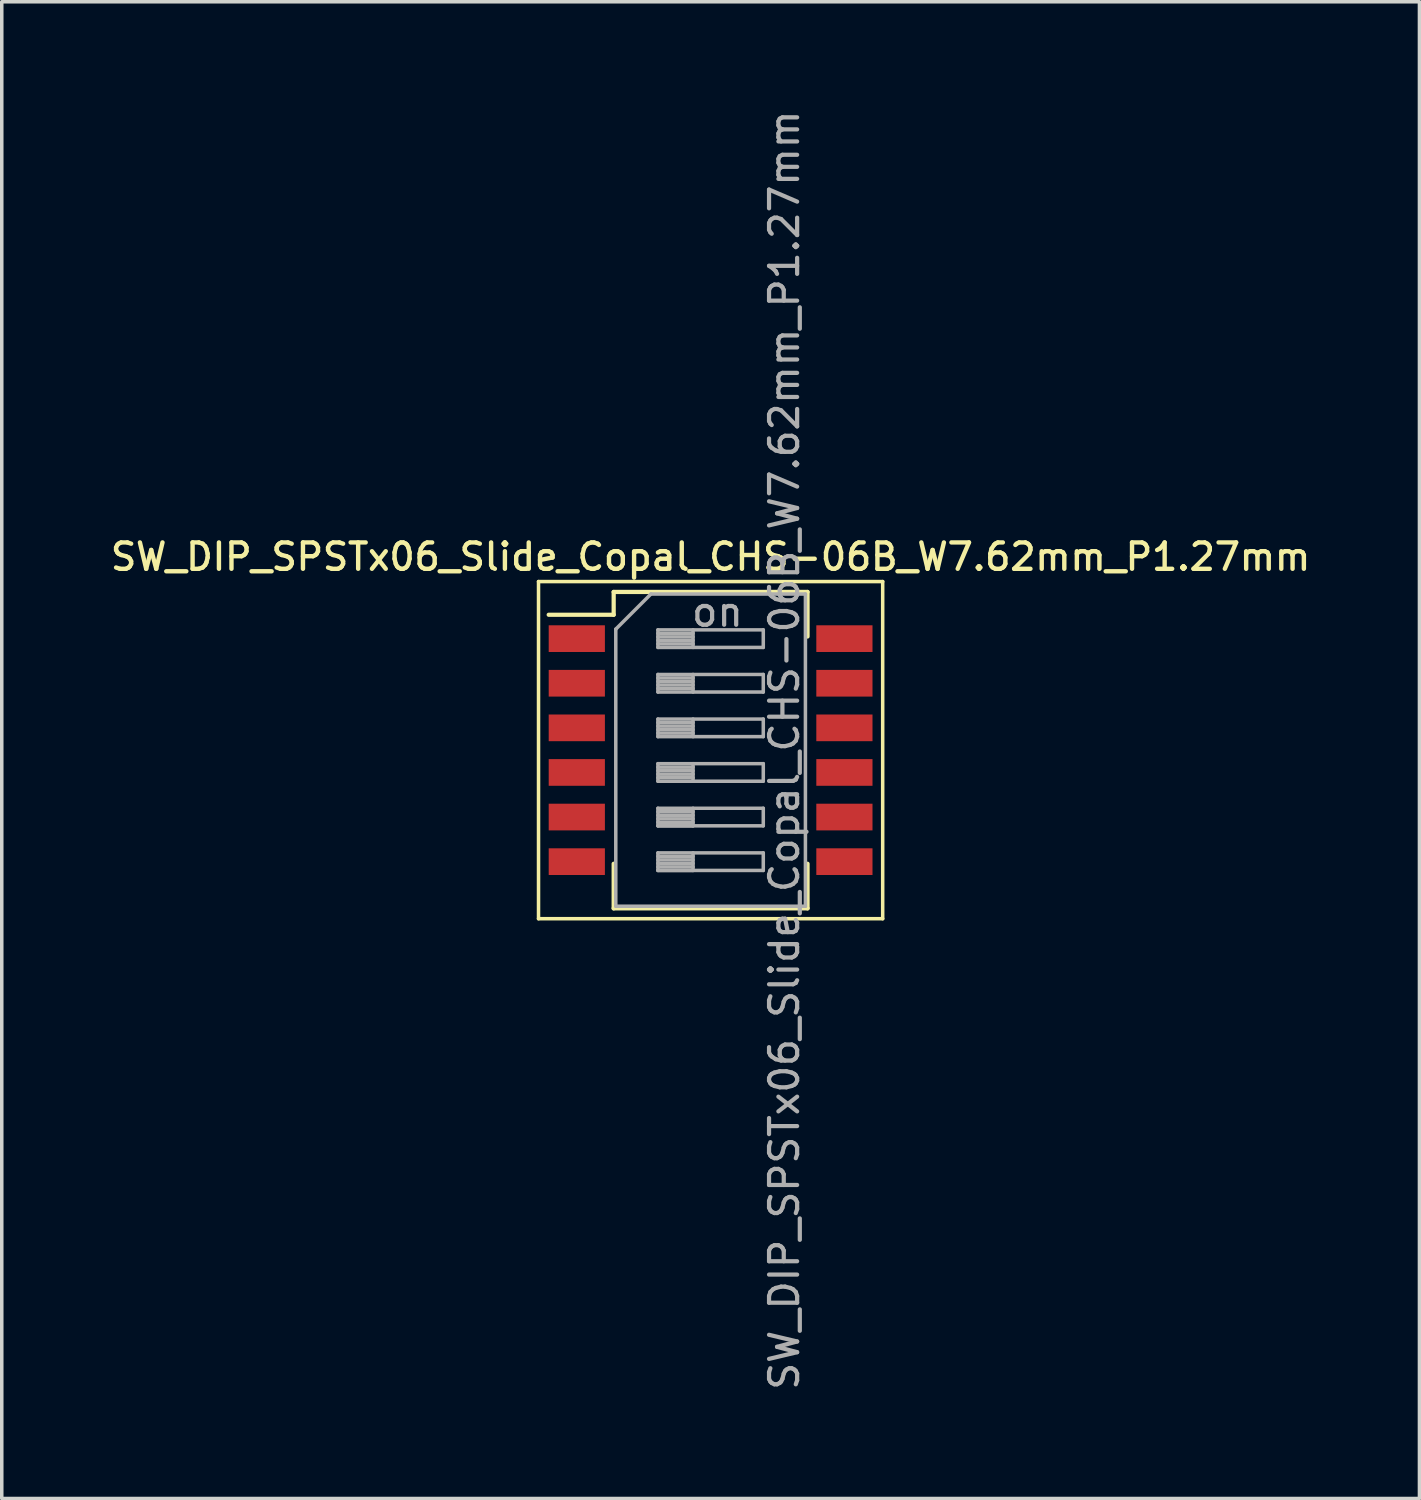
<source format=kicad_pcb>
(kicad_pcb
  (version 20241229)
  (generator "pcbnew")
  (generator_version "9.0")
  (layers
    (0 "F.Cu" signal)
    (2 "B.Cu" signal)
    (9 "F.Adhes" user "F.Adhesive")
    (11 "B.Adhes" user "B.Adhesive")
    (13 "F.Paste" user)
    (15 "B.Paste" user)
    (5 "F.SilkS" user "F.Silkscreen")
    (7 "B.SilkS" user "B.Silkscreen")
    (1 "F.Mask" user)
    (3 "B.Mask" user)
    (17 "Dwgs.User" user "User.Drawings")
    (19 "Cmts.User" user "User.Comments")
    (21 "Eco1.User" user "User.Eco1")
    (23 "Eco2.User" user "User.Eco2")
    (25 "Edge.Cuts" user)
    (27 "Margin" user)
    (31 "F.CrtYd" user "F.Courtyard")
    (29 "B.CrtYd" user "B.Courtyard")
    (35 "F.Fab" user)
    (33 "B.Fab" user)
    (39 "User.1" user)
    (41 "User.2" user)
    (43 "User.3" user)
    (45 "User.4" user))
  (footprint "SW_DIP_SPSTx06_Slide_Copal_CHS-06B_W7.62mm_P1.27mm"
    (layer "F.Cu")
    (at 17.184 18.31)
    (property "Reference" "SW_DIP_SPSTx06_Slide_Copal_CHS-06B_W7.62mm_P1.27mm" (at 0 -5.505 0) (layer "F.SilkS") (effects (font (size 0.75 0.75) (thickness 0.125))))
    (attr smd)
    (fp_line (start -4.9 -4.8) (end -4.9 4.8) (stroke (width 0.1) (type solid)) (layer "F.SilkS"))
    (fp_line (start -4.9 4.8) (end 4.9 4.8) (stroke (width 0.1) (type solid)) (layer "F.SilkS"))
    (fp_line (start -4.61 -3.855) (end -2.76 -3.855) (stroke (width 0.12) (type solid)) (layer "F.SilkS"))
    (fp_line (start -2.76 -4.505) (end -2.76 -3.855) (stroke (width 0.12) (type solid)) (layer "F.SilkS"))
    (fp_line (start -2.76 -4.505) (end 2.76 -4.505) (stroke (width 0.12) (type solid)) (layer "F.SilkS"))
    (fp_line (start -2.76 3.235) (end -2.76 4.505) (stroke (width 0.12) (type solid)) (layer "F.SilkS"))
    (fp_line (start -2.76 4.505) (end 2.76 4.505) (stroke (width 0.12) (type solid)) (layer "F.SilkS"))
    (fp_line (start 2.76 -4.505) (end 2.76 -3.236) (stroke (width 0.12) (type solid)) (layer "F.SilkS"))
    (fp_line (start 2.76 3.235) (end 2.76 4.505) (stroke (width 0.12) (type solid)) (layer "F.SilkS"))
    (fp_line (start 4.9 -4.8) (end -4.9 -4.8) (stroke (width 0.1) (type solid)) (layer "F.SilkS"))
    (fp_line (start 4.9 4.8) (end 4.9 -4.8) (stroke (width 0.1) (type solid)) (layer "F.SilkS"))
    (fp_line (start -2.7 -3.445) (end -1.7 -4.445) (stroke (width 0.1) (type solid)) (layer "F.Fab"))
    (fp_line (start -2.7 4.445) (end -2.7 -3.445) (stroke (width 0.1) (type solid)) (layer "F.Fab"))
    (fp_line (start -1.7 -4.445) (end 2.7 -4.445) (stroke (width 0.1) (type solid)) (layer "F.Fab"))
    (fp_line (start -1.5 -3.425) (end -1.5 -2.925) (stroke (width 0.1) (type solid)) (layer "F.Fab"))
    (fp_line (start -1.5 -3.325) (end -0.5 -3.325) (stroke (width 0.1) (type solid)) (layer "F.Fab"))
    (fp_line (start -1.5 -3.225) (end -0.5 -3.225) (stroke (width 0.1) (type solid)) (layer "F.Fab"))
    (fp_line (start -1.5 -3.125) (end -0.5 -3.125) (stroke (width 0.1) (type solid)) (layer "F.Fab"))
    (fp_line (start -1.5 -3.025) (end -0.5 -3.025) (stroke (width 0.1) (type solid)) (layer "F.Fab"))
    (fp_line (start -1.5 -2.925) (end 1.5 -2.925) (stroke (width 0.1) (type solid)) (layer "F.Fab"))
    (fp_line (start -1.5 -2.155) (end -1.5 -1.655) (stroke (width 0.1) (type solid)) (layer "F.Fab"))
    (fp_line (start -1.5 -2.055) (end -0.5 -2.055) (stroke (width 0.1) (type solid)) (layer "F.Fab"))
    (fp_line (start -1.5 -1.955) (end -0.5 -1.955) (stroke (width 0.1) (type solid)) (layer "F.Fab"))
    (fp_line (start -1.5 -1.855) (end -0.5 -1.855) (stroke (width 0.1) (type solid)) (layer "F.Fab"))
    (fp_line (start -1.5 -1.755) (end -0.5 -1.755) (stroke (width 0.1) (type solid)) (layer "F.Fab"))
    (fp_line (start -1.5 -1.655) (end 1.5 -1.655) (stroke (width 0.1) (type solid)) (layer "F.Fab"))
    (fp_line (start -1.5 -0.885) (end -1.5 -0.385) (stroke (width 0.1) (type solid)) (layer "F.Fab"))
    (fp_line (start -1.5 -0.785) (end -0.5 -0.785) (stroke (width 0.1) (type solid)) (layer "F.Fab"))
    (fp_line (start -1.5 -0.685) (end -0.5 -0.685) (stroke (width 0.1) (type solid)) (layer "F.Fab"))
    (fp_line (start -1.5 -0.585) (end -0.5 -0.585) (stroke (width 0.1) (type solid)) (layer "F.Fab"))
    (fp_line (start -1.5 -0.485) (end -0.5 -0.485) (stroke (width 0.1) (type solid)) (layer "F.Fab"))
    (fp_line (start -1.5 -0.385) (end 1.5 -0.385) (stroke (width 0.1) (type solid)) (layer "F.Fab"))
    (fp_line (start -1.5 0.385) (end -1.5 0.885) (stroke (width 0.1) (type solid)) (layer "F.Fab"))
    (fp_line (start -1.5 0.485) (end -0.5 0.485) (stroke (width 0.1) (type solid)) (layer "F.Fab"))
    (fp_line (start -1.5 0.585) (end -0.5 0.585) (stroke (width 0.1) (type solid)) (layer "F.Fab"))
    (fp_line (start -1.5 0.685) (end -0.5 0.685) (stroke (width 0.1) (type solid)) (layer "F.Fab"))
    (fp_line (start -1.5 0.785) (end -0.5 0.785) (stroke (width 0.1) (type solid)) (layer "F.Fab"))
    (fp_line (start -1.5 0.885) (end 1.5 0.885) (stroke (width 0.1) (type solid)) (layer "F.Fab"))
    (fp_line (start -1.5 1.655) (end -1.5 2.155) (stroke (width 0.1) (type solid)) (layer "F.Fab"))
    (fp_line (start -1.5 1.755) (end -0.5 1.755) (stroke (width 0.1) (type solid)) (layer "F.Fab"))
    (fp_line (start -1.5 1.855) (end -0.5 1.855) (stroke (width 0.1) (type solid)) (layer "F.Fab"))
    (fp_line (start -1.5 1.955) (end -0.5 1.955) (stroke (width 0.1) (type solid)) (layer "F.Fab"))
    (fp_line (start -1.5 2.055) (end -0.5 2.055) (stroke (width 0.1) (type solid)) (layer "F.Fab"))
    (fp_line (start -1.5 2.155) (end -0.5 2.155) (stroke (width 0.1) (type solid)) (layer "F.Fab"))
    (fp_line (start -1.5 2.155) (end 1.5 2.155) (stroke (width 0.1) (type solid)) (layer "F.Fab"))
    (fp_line (start -1.5 2.925) (end -1.5 3.425) (stroke (width 0.1) (type solid)) (layer "F.Fab"))
    (fp_line (start -1.5 3.025) (end -0.5 3.025) (stroke (width 0.1) (type solid)) (layer "F.Fab"))
    (fp_line (start -1.5 3.125) (end -0.5 3.125) (stroke (width 0.1) (type solid)) (layer "F.Fab"))
    (fp_line (start -1.5 3.225) (end -0.5 3.225) (stroke (width 0.1) (type solid)) (layer "F.Fab"))
    (fp_line (start -1.5 3.325) (end -0.5 3.325) (stroke (width 0.1) (type solid)) (layer "F.Fab"))
    (fp_line (start -1.5 3.425) (end -0.5 3.425) (stroke (width 0.1) (type solid)) (layer "F.Fab"))
    (fp_line (start -1.5 3.425) (end 1.5 3.425) (stroke (width 0.1) (type solid)) (layer "F.Fab"))
    (fp_line (start -0.5 -3.425) (end -0.5 -2.925) (stroke (width 0.1) (type solid)) (layer "F.Fab"))
    (fp_line (start -0.5 -2.155) (end -0.5 -1.655) (stroke (width 0.1) (type solid)) (layer "F.Fab"))
    (fp_line (start -0.5 -0.885) (end -0.5 -0.385) (stroke (width 0.1) (type solid)) (layer "F.Fab"))
    (fp_line (start -0.5 0.385) (end -0.5 0.885) (stroke (width 0.1) (type solid)) (layer "F.Fab"))
    (fp_line (start -0.5 1.655) (end -0.5 2.155) (stroke (width 0.1) (type solid)) (layer "F.Fab"))
    (fp_line (start -0.5 2.925) (end -0.5 3.425) (stroke (width 0.1) (type solid)) (layer "F.Fab"))
    (fp_line (start 1.5 -3.425) (end -1.5 -3.425) (stroke (width 0.1) (type solid)) (layer "F.Fab"))
    (fp_line (start 1.5 -2.925) (end 1.5 -3.425) (stroke (width 0.1) (type solid)) (layer "F.Fab"))
    (fp_line (start 1.5 -2.155) (end -1.5 -2.155) (stroke (width 0.1) (type solid)) (layer "F.Fab"))
    (fp_line (start 1.5 -1.655) (end 1.5 -2.155) (stroke (width 0.1) (type solid)) (layer "F.Fab"))
    (fp_line (start 1.5 -0.885) (end -1.5 -0.885) (stroke (width 0.1) (type solid)) (layer "F.Fab"))
    (fp_line (start 1.5 -0.385) (end 1.5 -0.885) (stroke (width 0.1) (type solid)) (layer "F.Fab"))
    (fp_line (start 1.5 0.385) (end -1.5 0.385) (stroke (width 0.1) (type solid)) (layer "F.Fab"))
    (fp_line (start 1.5 0.885) (end 1.5 0.385) (stroke (width 0.1) (type solid)) (layer "F.Fab"))
    (fp_line (start 1.5 1.655) (end -1.5 1.655) (stroke (width 0.1) (type solid)) (layer "F.Fab"))
    (fp_line (start 1.5 2.155) (end 1.5 1.655) (stroke (width 0.1) (type solid)) (layer "F.Fab"))
    (fp_line (start 1.5 2.925) (end -1.5 2.925) (stroke (width 0.1) (type solid)) (layer "F.Fab"))
    (fp_line (start 1.5 3.425) (end 1.5 2.925) (stroke (width 0.1) (type solid)) (layer "F.Fab"))
    (fp_line (start 2.7 -4.445) (end 2.7 4.445) (stroke (width 0.1) (type solid)) (layer "F.Fab"))
    (fp_line (start 2.7 4.445) (end -2.7 4.445) (stroke (width 0.1) (type solid)) (layer "F.Fab"))
    (fp_text user "${REFERENCE}" (at 2.1 0 90) (layer "F.Fab") (effects (font (size 0.8 0.8) (thickness 0.12))))
    (fp_text user "on" (at 0.195 -3.935 0) (layer "F.Fab") (effects (font (size 0.8 0.8) (thickness 0.12))))
    (pad "1" smd rect (at -3.81 -3.175) (size 1.6 0.76) (layers "F.Cu" "F.Mask" "F.Paste"))
    (pad "2" smd rect (at -3.81 -1.905) (size 1.6 0.76) (layers "F.Cu" "F.Mask" "F.Paste"))
    (pad "3" smd rect (at -3.81 -0.635) (size 1.6 0.76) (layers "F.Cu" "F.Mask" "F.Paste"))
    (pad "4" smd rect (at -3.81 0.635) (size 1.6 0.76) (layers "F.Cu" "F.Mask" "F.Paste"))
    (pad "5" smd rect (at -3.81 1.905) (size 1.6 0.76) (layers "F.Cu" "F.Mask" "F.Paste"))
    (pad "6" smd rect (at -3.81 3.175) (size 1.6 0.76) (layers "F.Cu" "F.Mask" "F.Paste"))
    (pad "7" smd rect (at 3.81 3.175) (size 1.6 0.76) (layers "F.Cu" "F.Mask" "F.Paste"))
    (pad "8" smd rect (at 3.81 1.905) (size 1.6 0.76) (layers "F.Cu" "F.Mask" "F.Paste"))
    (pad "9" smd rect (at 3.81 0.635) (size 1.6 0.76) (layers "F.Cu" "F.Mask" "F.Paste"))
    (pad "10" smd rect (at 3.81 -0.635) (size 1.6 0.76) (layers "F.Cu" "F.Mask" "F.Paste"))
    (pad "11" smd rect (at 3.81 -1.905) (size 1.6 0.76) (layers "F.Cu" "F.Mask" "F.Paste"))
    (pad "12" smd rect (at 3.81 -3.175) (size 1.6 0.76) (layers "F.Cu" "F.Mask" "F.Paste")))
  (gr_rect
    (start -3 -3)
    (end 37.368 39.619)
    (stroke (width 0.1) (type default))
    (fill no)
    (layer "Edge.Cuts")))
</source>
